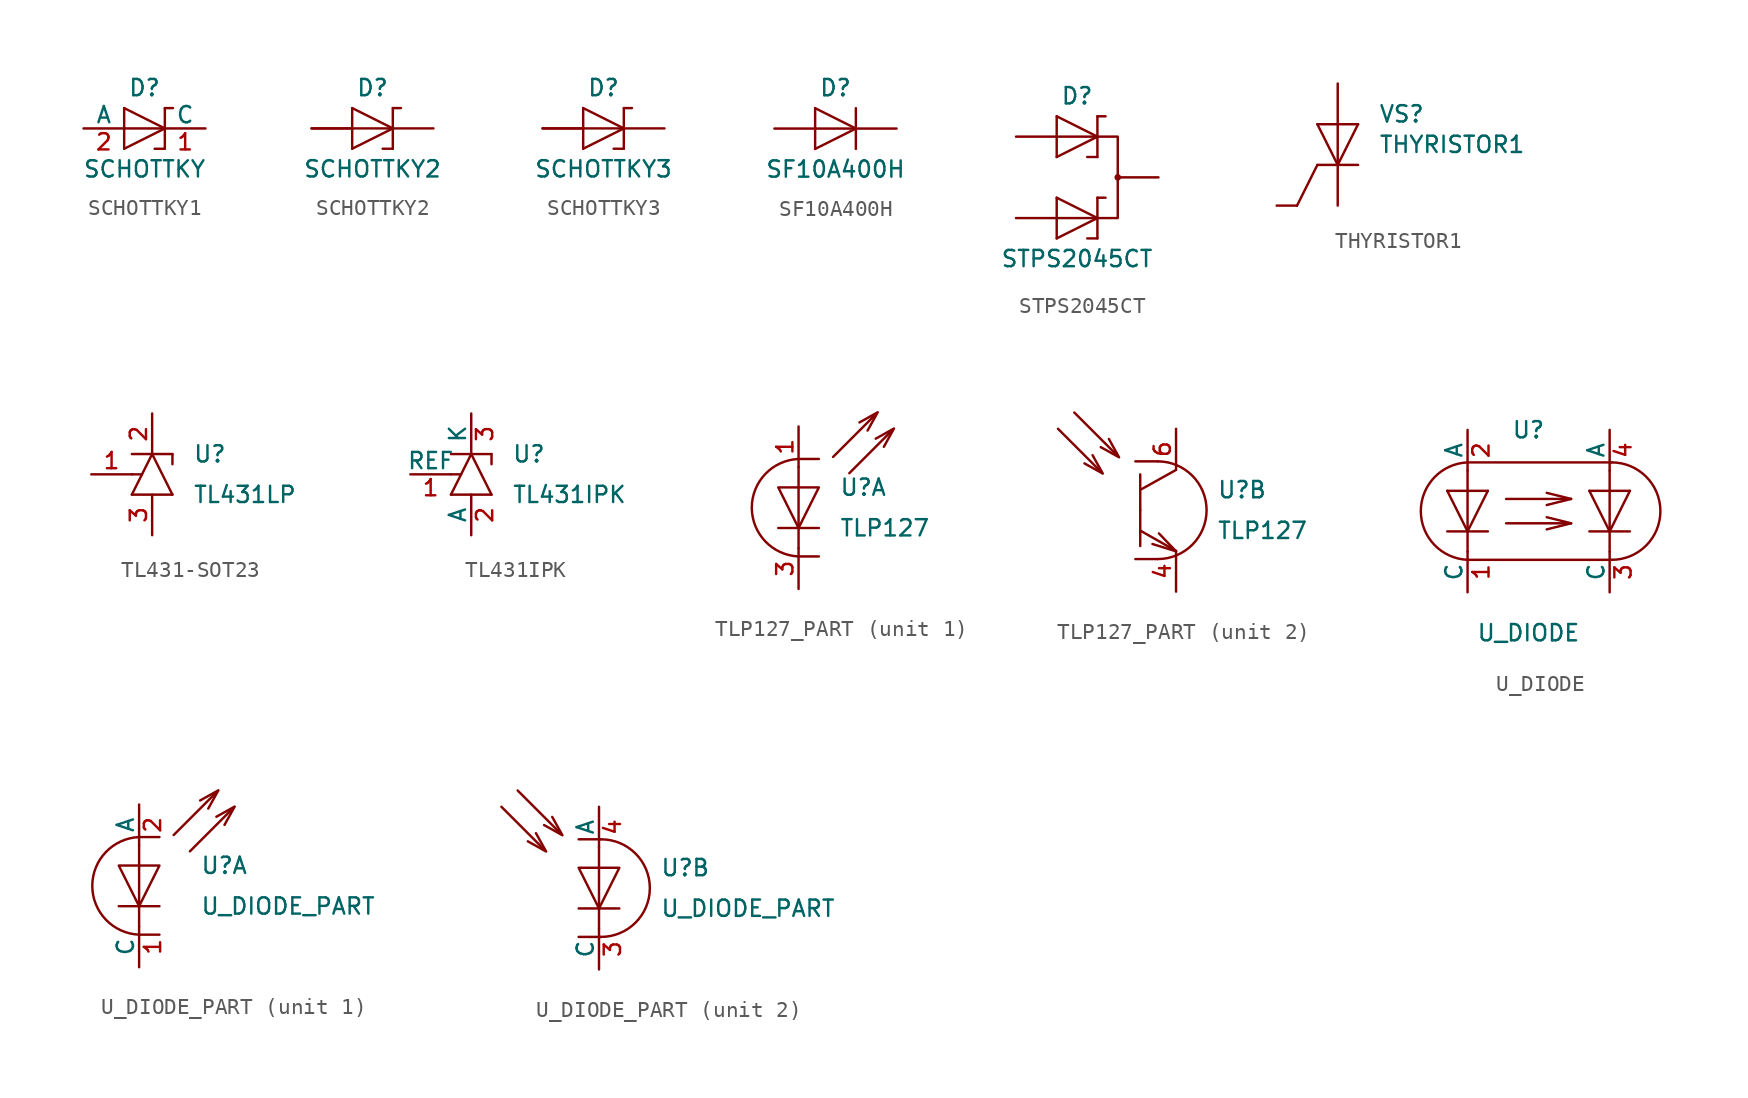
<source format=kicad_sym>
(kicad_symbol_lib
  (version 20241209)
  (generator "kicad_symbol_editor")
  (generator_version "9.0")
  (symbol "SCHOTTKY1"
    (pin_names
      (offset 0))
    (property "Reference" "D"
      (at 0 2.54 0)
      (effects (font (size 1.016 1.016))))
    (property "Value" "SCHOTTKY"
      (at 0 -2.54 0)
      (effects (font (size 1.016 1.016))))
    (symbol "SCHOTTKY1_1_1"
      (polyline (pts (xy -1.27 1.27) (xy -1.27 -1.27)) (stroke (width 0) (type default)) (fill (type none)))
      (polyline (pts (xy -1.27 1.27) (xy 1.27 0)) (stroke (width 0) (type default)) (fill (type none)))
      (polyline (pts (xy -1.27 0) (xy 1.27 0)) (stroke (width 0) (type default)) (fill (type none)))
      (polyline (pts (xy -1.27 -1.27) (xy 1.27 0)) (stroke (width 0) (type default)) (fill (type none)))
      (polyline (pts (xy 1.27 1.27) (xy 1.27 -1.27)) (stroke (width 0) (type default)) (fill (type none)))
      (polyline (pts (xy 1.27 1.27) (xy 1.778 1.27)) (stroke (width 0) (type default)) (fill (type none)))
      (polyline (pts (xy 1.27 -1.27) (xy 0.635 -1.27)) (stroke (width 0) (type default)) (fill (type none)))
      (pin passive line (at -3.81 0 0) (length 2.54) (name "A" (effects (font (size 1.016 1.016)))) (number "2" (effects (font (size 1.016 1.016)))))
      (pin passive line (at 3.81 0 180) (length 2.54) (name "C" (effects (font (size 1.016 1.016)))) (number "1" (effects (font (size 1.016 1.016)))))))
  (symbol "SCHOTTKY2"
    (pin_numbers
      (hide yes))
    (pin_names
      (offset 0)
      (hide yes))
    (property "Reference" "D"
      (at 0 2.54 0)
      (effects (font (size 1.016 1.016))))
    (property "Value" "SCHOTTKY2"
      (at 0 -2.54 0)
      (effects (font (size 1.016 1.016))))
    (symbol "SCHOTTKY2_1_1"
      (polyline (pts (xy -1.27 1.27) (xy -1.27 -1.27)) (stroke (width 0) (type default)) (fill (type none)))
      (polyline (pts (xy -1.27 1.27) (xy 1.27 0)) (stroke (width 0) (type default)) (fill (type none)))
      (polyline (pts (xy -1.27 0) (xy 1.27 0)) (stroke (width 0) (type default)) (fill (type none)))
      (polyline (pts (xy -1.27 -1.27) (xy 1.27 0)) (stroke (width 0) (type default)) (fill (type none)))
      (polyline (pts (xy 1.27 1.27) (xy 1.27 -1.27)) (stroke (width 0) (type default)) (fill (type none)))
      (polyline (pts (xy 1.27 1.27) (xy 1.778 1.27)) (stroke (width 0) (type default)) (fill (type none)))
      (polyline (pts (xy 1.27 -1.27) (xy 0.635 -1.27)) (stroke (width 0) (type default)) (fill (type none)))
      (pin passive line (at -3.81 0 0) (length 2.54) (name "A" (effects (font (size 1.016 1.016)))) (number "1" (effects (font (size 1.016 1.016)))))
      (pin passive line (at -3.81 0 0) (length 2.54) (name "A" (effects (font (size 1.016 1.016)))) (number "3" (effects (font (size 1.016 1.016)))))
      (pin passive line (at 3.81 0 180) (length 2.54) (name "C" (effects (font (size 1.016 1.016)))) (number "2" (effects (font (size 1.016 1.016)))))))
  (symbol "SCHOTTKY3"
    (pin_numbers
      (hide yes))
    (pin_names
      (offset 0)
      (hide yes))
    (property "Reference" "D"
      (at 0 2.54 0)
      (effects (font (size 1.016 1.016))))
    (property "Value" "SCHOTTKY3"
      (at 0 -2.54 0)
      (effects (font (size 1.016 1.016))))
    (symbol "SCHOTTKY3_1_1"
      (polyline (pts (xy -1.27 1.27) (xy -1.27 -1.27)) (stroke (width 0) (type default)) (fill (type none)))
      (polyline (pts (xy -1.27 1.27) (xy 1.27 0)) (stroke (width 0) (type default)) (fill (type none)))
      (polyline (pts (xy -1.27 0) (xy 1.27 0)) (stroke (width 0) (type default)) (fill (type none)))
      (polyline (pts (xy -1.27 -1.27) (xy 1.27 0)) (stroke (width 0) (type default)) (fill (type none)))
      (polyline (pts (xy 1.27 1.27) (xy 1.27 -1.27)) (stroke (width 0) (type default)) (fill (type none)))
      (polyline (pts (xy 1.27 1.27) (xy 1.778 1.27)) (stroke (width 0) (type default)) (fill (type none)))
      (polyline (pts (xy 1.27 -1.27) (xy 0.635 -1.27)) (stroke (width 0) (type default)) (fill (type none)))
      (pin passive line (at -3.81 0 0) (length 2.54) (name "A" (effects (font (size 1.016 1.016)))) (number "1" (effects (font (size 1.016 1.016)))))
      (pin passive line (at -3.81 0 0) (length 2.54) (name "A" (effects (font (size 1.016 1.016)))) (number "3" (effects (font (size 1.016 1.016)))))
      (pin passive line (at 3.81 0 180) (length 2.54) (name "C" (effects (font (size 1.016 1.016)))) (number "2" (effects (font (size 1.016 1.016)))))))
  (symbol "SF10A400H"
    (pin_numbers
      (hide yes))
    (pin_names
      (offset 0)
      (hide yes))
    (property "Reference" "D"
      (at 0 2.54 0)
      (effects (font (size 1.016 1.016))))
    (property "Value" "SF10A400H"
      (at 0 -2.54 0)
      (effects (font (size 1.016 1.016))))
    (symbol "SF10A400H_1_1"
      (polyline (pts (xy -1.27 1.27) (xy -1.27 -1.27)) (stroke (width 0) (type default)) (fill (type none)))
      (polyline (pts (xy -1.27 1.27) (xy 1.27 0)) (stroke (width 0) (type default)) (fill (type none)))
      (polyline (pts (xy -1.27 0) (xy 1.27 0)) (stroke (width 0) (type default)) (fill (type none)))
      (polyline (pts (xy -1.27 -1.27) (xy 1.27 0)) (stroke (width 0) (type default)) (fill (type none)))
      (polyline (pts (xy 1.27 1.27) (xy 1.27 -1.27)) (stroke (width 0) (type default)) (fill (type none)))
      (pin passive line (at -3.81 0 0) (length 2.54) (name "A" (effects (font (size 1.016 1.016)))) (number "2" (effects (font (size 1.016 1.016)))))
      (pin passive line (at 3.81 0 180) (length 2.54) (name "C" (effects (font (size 1.016 1.016)))) (number "1" (effects (font (size 1.016 1.016)))))))
  (symbol "STPS2045CT"
    (pin_numbers
      (hide yes))
    (pin_names
      (offset 1.016)
      (hide yes))
    (property "Reference" "D"
      (at 0 5.08 0)
      (effects (font (size 1.016 1.016))))
    (property "Value" "STPS2045CT"
      (at 0 -5.08 0)
      (effects (font (size 1.016 1.016))))
    (symbol "STPS2045CT_0_1"
      (polyline (pts (xy 1.27 2.54) (xy 2.54 2.54) (xy 2.54 -2.54) (xy 1.27 -2.54)) (stroke (width 0) (type default)) (fill (type none)))
      (circle (center 2.54 0) (radius 0.13) (stroke (width 0) (type default)) (fill (type none))))
    (symbol "STPS2045CT_1_1"
      (polyline (pts (xy -1.27 3.81) (xy -1.27 1.27)) (stroke (width 0) (type default)) (fill (type none)))
      (polyline (pts (xy -1.27 3.81) (xy 1.27 2.54)) (stroke (width 0) (type default)) (fill (type none)))
      (polyline (pts (xy -1.27 2.54) (xy 1.27 2.54)) (stroke (width 0) (type default)) (fill (type none)))
      (polyline (pts (xy -1.27 1.27) (xy 1.27 2.54)) (stroke (width 0) (type default)) (fill (type none)))
      (polyline (pts (xy -1.27 -1.27) (xy -1.27 -3.81)) (stroke (width 0) (type default)) (fill (type none)))
      (polyline (pts (xy -1.27 -1.27) (xy 1.27 -2.54)) (stroke (width 0) (type default)) (fill (type none)))
      (polyline (pts (xy -1.27 -2.54) (xy 1.27 -2.54)) (stroke (width 0) (type default)) (fill (type none)))
      (polyline (pts (xy -1.27 -3.81) (xy 1.27 -2.54)) (stroke (width 0) (type default)) (fill (type none)))
      (polyline (pts (xy 1.27 3.81) (xy 1.27 1.27)) (stroke (width 0) (type default)) (fill (type none)))
      (polyline (pts (xy 1.27 3.81) (xy 1.778 3.81)) (stroke (width 0) (type default)) (fill (type none)))
      (polyline (pts (xy 1.27 1.27) (xy 0.635 1.27)) (stroke (width 0) (type default)) (fill (type none)))
      (polyline (pts (xy 1.27 -1.27) (xy 1.27 -3.81)) (stroke (width 0) (type default)) (fill (type none)))
      (polyline (pts (xy 1.27 -1.27) (xy 1.778 -1.27)) (stroke (width 0) (type default)) (fill (type none)))
      (polyline (pts (xy 1.27 -3.81) (xy 0.635 -3.81)) (stroke (width 0) (type default)) (fill (type none)))
      (pin passive line (at -3.81 2.54 0) (length 2.54) (name "A1" (effects (font (size 1.016 1.016)))) (number "1" (effects (font (size 1.016 1.016)))))
      (pin passive line (at -3.81 -2.54 0) (length 2.54) (name "A2" (effects (font (size 1.016 1.016)))) (number "3" (effects (font (size 1.016 1.016)))))
      (pin passive line (at 5.08 0 180) (length 2.54) (name "K" (effects (font (size 1.016 1.016)))) (number "2" (effects (font (size 1.016 1.016)))))))
  (symbol "THYRISTOR1"
    (pin_numbers
      (hide yes))
    (pin_names
      (offset 0)
      (hide yes))
    (property "Reference" "VS"
      (at 2.54 1.905 0)
      (effects (font (size 1.016 1.016)) (justify left)))
    (property "Value" "THYRISTOR1"
      (at 2.54 0 0)
      (effects (font (size 1.016 1.016)) (justify left)))
    (symbol "THYRISTOR1_0_1"
      (polyline (pts (xy -1.27 -1.27) (xy -2.54 -3.81)) (stroke (width 0) (type default)) (fill (type none))))
    (symbol "THYRISTOR1_1_1"
      (polyline (pts (xy -1.27 1.27) (xy 0 -1.27)) (stroke (width 0) (type default)) (fill (type none)))
      (polyline (pts (xy 0 1.27) (xy 0 -1.27)) (stroke (width 0) (type default)) (fill (type none)))
      (polyline (pts (xy 1.27 1.27) (xy -1.27 1.27)) (stroke (width 0) (type default)) (fill (type none)))
      (polyline (pts (xy 1.27 1.27) (xy 0 -1.27)) (stroke (width 0) (type default)) (fill (type none)))
      (polyline (pts (xy 1.27 -1.27) (xy -1.27 -1.27)) (stroke (width 0) (type default)) (fill (type none)))
      (pin input line (at -3.81 -3.81 0) (length 1.27) (name "G" (effects (font (size 1.016 1.016)))) (number "2" (effects (font (size 1.016 1.016)))))
      (pin passive line (at 0 3.81 270) (length 2.54) (name "A" (effects (font (size 1.016 1.016)))) (number "1" (effects (font (size 1.016 1.016)))))
      (pin passive line (at 0 -3.81 90) (length 2.54) (name "K" (effects (font (size 1.016 1.016)))) (number "3" (effects (font (size 1.016 1.016)))))))
  (symbol "TL431-SOT23"
    (pin_names
      (hide yes))
    (property "Reference" "U"
      (at 2.54 1.27 0)
      (effects (font (size 1.016 1.016)) (justify left)))
    (property "Value" "TL431LP"
      (at 2.54 -1.27 0)
      (effects (font (size 1.016 1.016)) (justify left)))
    (symbol "TL431-SOT23_0_1"
      (polyline (pts (xy -1.27 0) (xy -0.635 0)) (stroke (width 0) (type default)) (fill (type none))))
    (symbol "TL431-SOT23_1_1"
      (polyline (pts (xy -1.27 1.27) (xy 1.27 1.27)) (stroke (width 0) (type default)) (fill (type none)))
      (polyline (pts (xy -1.27 -1.27) (xy 0 1.27)) (stroke (width 0) (type default)) (fill (type none)))
      (polyline (pts (xy -1.27 -1.27) (xy 1.27 -1.27)) (stroke (width 0) (type default)) (fill (type none)))
      (polyline (pts (xy 1.27 1.27) (xy 1.27 0.635)) (stroke (width 0) (type default)) (fill (type none)))
      (polyline (pts (xy 1.27 -1.27) (xy 0 1.27)) (stroke (width 0) (type default)) (fill (type none)))
      (pin passive line (at -3.81 0 0) (length 2.54) (name "REF" (effects (font (size 1.016 1.016)))) (number "1" (effects (font (size 1.016 1.016)))))
      (pin passive line (at 0 3.81 270) (length 2.54) (name "K" (effects (font (size 1.016 1.016)))) (number "2" (effects (font (size 1.016 1.016)))))
      (pin passive line (at 0 -3.81 90) (length 2.54) (name "A" (effects (font (size 1.016 1.016)))) (number "3" (effects (font (size 1.016 1.016)))))))
  (symbol "TL431IPK"
    (pin_names
      (offset 0))
    (property "Reference" "U"
      (at 2.54 1.27 0)
      (effects (font (size 1.016 1.016)) (justify left)))
    (property "Value" "TL431IPK"
      (at 2.54 -1.27 0)
      (effects (font (size 1.016 1.016)) (justify left)))
    (symbol "TL431IPK_0_1"
      (polyline (pts (xy -1.27 0) (xy -0.635 0)) (stroke (width 0) (type default)) (fill (type none))))
    (symbol "TL431IPK_1_1"
      (polyline (pts (xy -1.27 1.27) (xy 1.27 1.27)) (stroke (width 0) (type default)) (fill (type none)))
      (polyline (pts (xy -1.27 -1.27) (xy 0 1.27)) (stroke (width 0) (type default)) (fill (type none)))
      (polyline (pts (xy -1.27 -1.27) (xy 1.27 -1.27)) (stroke (width 0) (type default)) (fill (type none)))
      (polyline (pts (xy 1.27 1.27) (xy 1.27 0.635)) (stroke (width 0) (type default)) (fill (type none)))
      (polyline (pts (xy 1.27 -1.27) (xy 0 1.27)) (stroke (width 0) (type default)) (fill (type none)))
      (pin passive line (at -3.81 0 0) (length 2.54) (name "REF" (effects (font (size 1.016 1.016)))) (number "1" (effects (font (size 1.016 1.016)))))
      (pin passive line (at 0 3.81 270) (length 2.54) (name "K" (effects (font (size 1.016 1.016)))) (number "3" (effects (font (size 1.016 1.016)))))
      (pin passive line (at 0 -3.81 90) (length 2.54) (name "A" (effects (font (size 1.016 1.016)))) (number "2" (effects (font (size 1.016 1.016)))))))
  (symbol "TLP127_PART"
    (pin_names
      (offset 0)
      (hide yes))
    (property "Reference" "U"
      (at 2.54 1.27 0)
      (effects (font (size 1.016 1.016)) (justify left)))
    (property "Value" "TLP127"
      (at 2.54 -1.27 0)
      (effects (font (size 1.016 1.016)) (justify left)))
    (property "ki_locked" ""
      (at 0 0 0)
      (effects (font (size 1.27 1.27))))
    (symbol "TLP127_PART_1_1"
      (polyline (pts (xy -1.27 -1.27) (xy 1.27 -1.27)) (stroke (width 0) (type default)) (fill (type none)))
      (polyline (pts (xy 0 3.048) (xy 1.27 3.048)) (stroke (width 0) (type default)) (fill (type none)))
      (polyline (pts (xy 0 2.54) (xy 0 -2.54)) (stroke (width 0) (type default)) (fill (type none)))
      (polyline (pts (xy 0 -1.27) (xy 1.27 1.27) (xy -1.27 1.27) (xy 0 -1.27)) (stroke (width 0) (type default)) (fill (type none)))
      (arc (start 0 -3.048) (mid -2.9236 0) (end 0 3.048) (stroke (width 0) (type default)) (fill (type none)))
      (polyline (pts (xy 1.27 -3.048) (xy 0 -3.048)) (stroke (width 0) (type default)) (fill (type none)))
      (polyline (pts (xy 4.699 5.715) (xy 2.159 3.175)) (stroke (width 0) (type default)) (fill (type none)))
      (polyline (pts (xy 4.953 5.969) (xy 4.318 4.826) (xy 4.953 5.969) (xy 3.81 5.334) (xy 4.953 5.969)) (stroke (width 0) (type default)) (fill (type none)))
      (polyline (pts (xy 5.715 4.699) (xy 3.175 2.159)) (stroke (width 0) (type default)) (fill (type none)))
      (polyline (pts (xy 5.969 4.953) (xy 5.334 3.81) (xy 5.969 4.953) (xy 4.826 4.318) (xy 5.969 4.953)) (stroke (width 0) (type default)) (fill (type none)))
      (pin passive line (at 0 5.08 270) (length 2.54) (name "A" (effects (font (size 1.016 1.016)))) (number "1" (effects (font (size 1.016 1.016)))))
      (pin passive line (at 0 -5.08 90) (length 2.54) (name "C" (effects (font (size 1.016 1.016)))) (number "3" (effects (font (size 1.016 1.016))))))
    (symbol "TLP127_PART_2_1"
      (polyline (pts (xy -4.826 2.54) (xy -7.366 5.08)) (stroke (width 0) (type default)) (fill (type none)))
      (polyline (pts (xy -4.572 2.286) (xy -5.715 2.921) (xy -4.572 2.286) (xy -5.207 3.429) (xy -4.572 2.286)) (stroke (width 0) (type default)) (fill (type none)))
      (polyline (pts (xy -3.81 3.556) (xy -6.35 6.096)) (stroke (width 0) (type default)) (fill (type none)))
      (polyline (pts (xy -3.556 3.302) (xy -4.699 3.937) (xy -3.556 3.302) (xy -4.191 4.445) (xy -3.556 3.302)) (stroke (width 0) (type default)) (fill (type none)))
      (polyline (pts (xy -2.54 3.048) (xy -1.143 3.048)) (stroke (width 0) (type default)) (fill (type none)))
      (polyline (pts (xy -2.235 0) (xy -2.235 2.235)) (stroke (width 0) (type default)) (fill (type none)))
      (polyline (pts (xy -2.235 0) (xy -2.235 -2.235)) (stroke (width 0) (type default)) (fill (type none)))
      (arc (start -1.143 3.048) (mid 1.8918 0) (end -1.143 -3.048) (stroke (width 0) (type default)) (fill (type none)))
      (polyline (pts (xy -1.143 -3.048) (xy -2.54 -3.048)) (stroke (width 0) (type default)) (fill (type none)))
      (polyline (pts (xy -1.067 -1.448) (xy 0 -2.565) (xy -1.473 -2.108)) (stroke (width 0) (type default)) (fill (type none)))
      (polyline (pts (xy 0 2.515) (xy -2.235 1.27)) (stroke (width 0) (type default)) (fill (type none)))
      (polyline (pts (xy 0 -2.54) (xy -2.235 -1.27)) (stroke (width 0) (type default)) (fill (type none)))
      (pin passive line (at 0 5.08 270) (length 2.54) (name "C" (effects (font (size 1.016 1.016)))) (number "6" (effects (font (size 1.016 1.016)))))
      (pin passive line (at 0 -5.08 90) (length 2.54) (name "E" (effects (font (size 1.016 1.016)))) (number "4" (effects (font (size 1.016 1.016)))))))
  (symbol "U_DIODE"
    (pin_names
      (offset 0))
    (property "Reference" "U"
      (at 0 5.08 0)
      (effects (font (size 1.016 1.016))))
    (property "Value" "U_DIODE"
      (at 0 -7.62 0)
      (effects (font (size 1.016 1.016))))
    (symbol "U_DIODE_0_1"
      (polyline (pts (xy -3.81 2.54) (xy -3.81 -2.54)) (stroke (width 0) (type default)) (fill (type none)))
      (polyline (pts (xy -1.397 0.762) (xy 2.667 0.762)) (stroke (width 0) (type default)) (fill (type none)))
      (polyline (pts (xy 2.667 0.762) (xy 1.143 1.143)) (stroke (width 0) (type default)) (fill (type none)))
      (polyline (pts (xy 2.667 0.762) (xy 1.143 0.381)) (stroke (width 0) (type default)) (fill (type none)))
      (polyline (pts (xy 2.667 -0.762) (xy 1.143 -0.381)) (stroke (width 0) (type default)) (fill (type none)))
      (polyline (pts (xy 2.667 -0.762) (xy 1.143 -1.143)) (stroke (width 0) (type default)) (fill (type none)))
      (polyline (pts (xy 5.08 2.54) (xy 5.08 -2.54)) (stroke (width 0) (type default)) (fill (type none))))
    (symbol "U_DIODE_1_1"
      (polyline (pts (xy -5.08 1.27) (xy -3.81 -1.27)) (stroke (width 0) (type default)) (fill (type none)))
      (polyline (pts (xy -3.81 3.048) (xy 5.207 3.048)) (stroke (width 0) (type default)) (fill (type none)))
      (arc (start -3.81 -3.048) (mid -6.7336 0) (end -3.81 3.048) (stroke (width 0) (type default)) (fill (type none)))
      (polyline (pts (xy -2.54 1.27) (xy -5.08 1.27)) (stroke (width 0) (type default)) (fill (type none)))
      (polyline (pts (xy -2.54 1.27) (xy -3.81 -1.27)) (stroke (width 0) (type default)) (fill (type none)))
      (polyline (pts (xy -2.54 -1.27) (xy -5.08 -1.27)) (stroke (width 0) (type default)) (fill (type none)))
      (polyline (pts (xy -1.397 -0.762) (xy 2.667 -0.762)) (stroke (width 0) (type default)) (fill (type none)))
      (polyline (pts (xy 3.81 1.27) (xy 5.08 -1.27)) (stroke (width 0) (type default)) (fill (type none)))
      (arc (start 5.207 3.048) (mid 8.2418 0) (end 5.207 -3.048) (stroke (width 0) (type default)) (fill (type none)))
      (polyline (pts (xy 5.207 -3.048) (xy -3.81 -3.048)) (stroke (width 0) (type default)) (fill (type none)))
      (polyline (pts (xy 6.35 1.27) (xy 3.81 1.27)) (stroke (width 0) (type default)) (fill (type none)))
      (polyline (pts (xy 6.35 1.27) (xy 5.08 -1.27)) (stroke (width 0) (type default)) (fill (type none)))
      (polyline (pts (xy 6.35 -1.27) (xy 3.81 -1.27)) (stroke (width 0) (type default)) (fill (type none)))
      (pin passive line (at -3.81 5.08 270) (length 2.54) (name "A" (effects (font (size 1.016 1.016)))) (number "2" (effects (font (size 1.016 1.016)))))
      (pin passive line (at -3.81 -5.08 90) (length 2.54) (name "C" (effects (font (size 1.016 1.016)))) (number "1" (effects (font (size 1.016 1.016)))))
      (pin passive line (at 5.08 5.08 270) (length 2.54) (name "A" (effects (font (size 1.016 1.016)))) (number "4" (effects (font (size 1.016 1.016)))))
      (pin passive line (at 5.08 -5.08 90) (length 2.54) (name "C" (effects (font (size 1.016 1.016)))) (number "3" (effects (font (size 1.016 1.016)))))))
  (symbol "U_DIODE_PART"
    (pin_names
      (offset 0))
    (property "Reference" "U"
      (at 3.81 1.27 0)
      (effects (font (size 1.016 1.016)) (justify left)))
    (property "Value" "U_DIODE_PART"
      (at 3.81 -1.27 0)
      (effects (font (size 1.016 1.016)) (justify left)))
    (property "ki_locked" ""
      (at 0 0 0)
      (effects (font (size 1.27 1.27))))
    (symbol "U_DIODE_PART_0_1"
      (polyline (pts (xy -1.27 -1.27) (xy 1.27 -1.27)) (stroke (width 0) (type default)) (fill (type none)))
      (polyline (pts (xy 0 2.54) (xy 0 -2.54)) (stroke (width 0) (type default)) (fill (type none)))
      (polyline (pts (xy 0 -1.27) (xy 1.27 1.27) (xy -1.27 1.27) (xy 0 -1.27)) (stroke (width 0) (type default)) (fill (type none))))
    (symbol "U_DIODE_PART_1_1"
      (polyline (pts (xy 0 3.048) (xy 1.27 3.048)) (stroke (width 0) (type default)) (fill (type none)))
      (arc (start 0 -3.048) (mid -2.9236 0) (end 0 3.048) (stroke (width 0) (type default)) (fill (type none)))
      (polyline (pts (xy 1.27 -3.048) (xy 0 -3.048)) (stroke (width 0) (type default)) (fill (type none)))
      (polyline (pts (xy 4.699 5.715) (xy 2.159 3.175)) (stroke (width 0) (type default)) (fill (type none)))
      (polyline (pts (xy 4.953 5.969) (xy 4.318 4.826) (xy 4.953 5.969) (xy 3.81 5.334) (xy 4.953 5.969)) (stroke (width 0) (type default)) (fill (type none)))
      (polyline (pts (xy 5.715 4.699) (xy 3.175 2.159)) (stroke (width 0) (type default)) (fill (type none)))
      (polyline (pts (xy 5.969 4.953) (xy 5.334 3.81) (xy 5.969 4.953) (xy 4.826 4.318) (xy 5.969 4.953)) (stroke (width 0) (type default)) (fill (type none)))
      (pin passive line (at 0 5.08 270) (length 2.54) (name "A" (effects (font (size 1.016 1.016)))) (number "2" (effects (font (size 1.016 1.016)))))
      (pin passive line (at 0 -5.08 90) (length 2.54) (name "C" (effects (font (size 1.016 1.016)))) (number "1" (effects (font (size 1.016 1.016))))))
    (symbol "U_DIODE_PART_2_1"
      (polyline (pts (xy -3.556 2.54) (xy -6.096 5.08)) (stroke (width 0) (type default)) (fill (type none)))
      (polyline (pts (xy -3.302 2.286) (xy -4.445 2.921) (xy -3.302 2.286) (xy -3.937 3.429) (xy -3.302 2.286)) (stroke (width 0) (type default)) (fill (type none)))
      (polyline (pts (xy -2.54 3.556) (xy -5.08 6.096)) (stroke (width 0) (type default)) (fill (type none)))
      (polyline (pts (xy -2.286 3.302) (xy -3.429 3.937) (xy -2.286 3.302) (xy -2.921 4.445) (xy -2.286 3.302)) (stroke (width 0) (type default)) (fill (type none)))
      (polyline (pts (xy -1.27 3.048) (xy 0.127 3.048)) (stroke (width 0) (type default)) (fill (type none)))
      (arc (start 0.127 3.048) (mid 3.1618 0) (end 0.127 -3.048) (stroke (width 0) (type default)) (fill (type none)))
      (polyline (pts (xy 0.127 -3.048) (xy -1.27 -3.048)) (stroke (width 0) (type default)) (fill (type none)))
      (pin passive line (at 0 5.08 270) (length 2.54) (name "A" (effects (font (size 1.016 1.016)))) (number "4" (effects (font (size 1.016 1.016)))))
      (pin passive line (at 0 -5.08 90) (length 2.54) (name "C" (effects (font (size 1.016 1.016)))) (number "3" (effects (font (size 1.016 1.016))))))))
</source>
